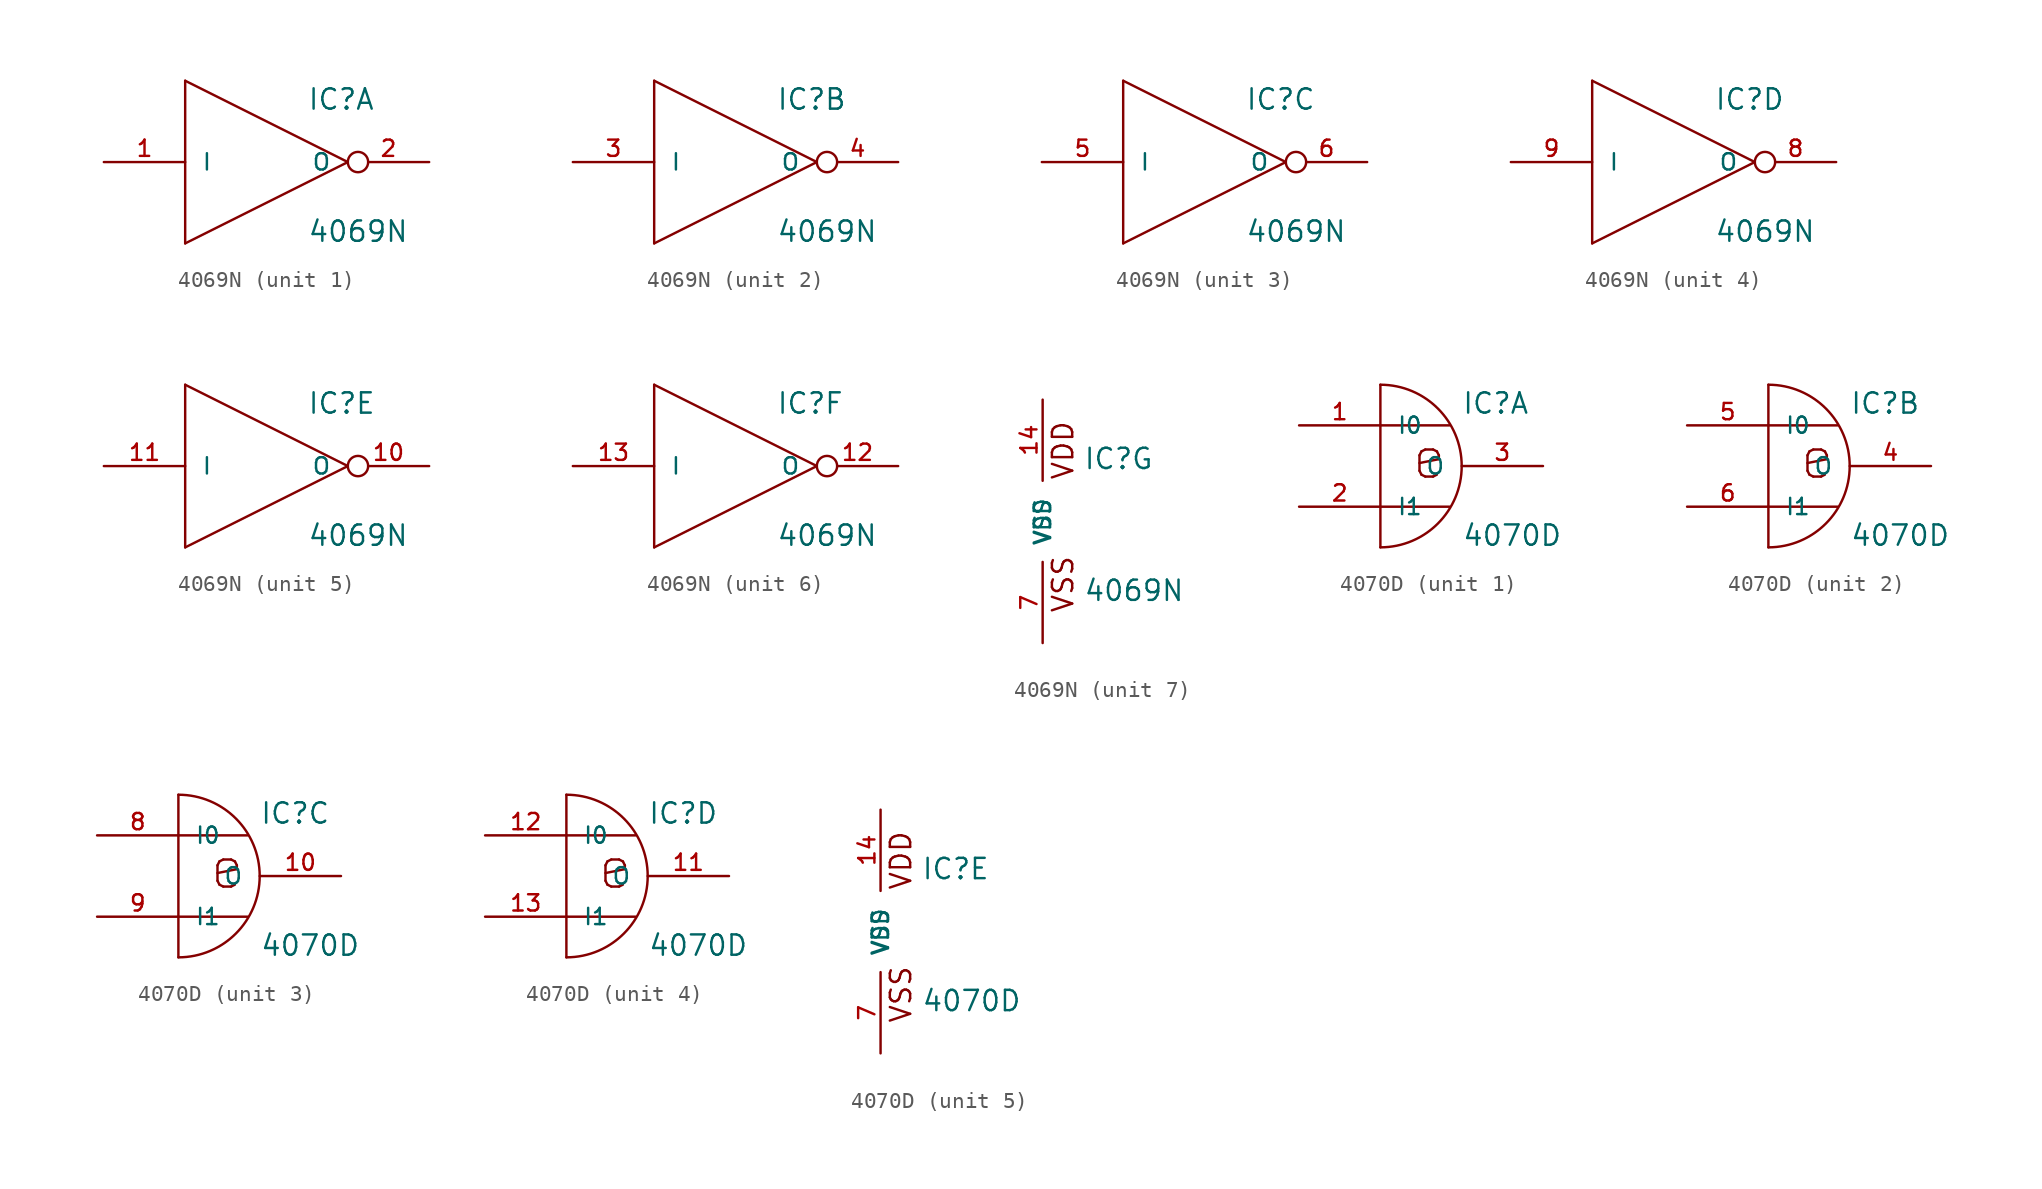
<source format=kicad_sym>
(kicad_symbol_lib
  (version 20211014)
  (generator kicad_symbol_editor)
  (symbol "4069N"
    (pin_names
      (offset 1.016))
    (property "Reference" "IC"
      (at 2.54 3.175 0)
      (effects (font (size 1.27 1.27)) (justify left bottom)))
    (property "Value" "4069N"
      (at 2.54 -5.08 0)
      (effects (font (size 1.27 1.27)) (justify left bottom)))
    (property "ki_locked" ""
      (at 0 0 0)
      (effects (font (size 1.27 1.27))))
    (symbol "4069N_1_0"
      (polyline (pts (xy -5.08 -5.08) (xy 5.08 0)) (stroke (width 0) (type default) (color 0 0 0 0)) (fill (type none)))
      (polyline (pts (xy -5.08 5.08) (xy -5.08 -5.08)) (stroke (width 0) (type default) (color 0 0 0 0)) (fill (type none)))
      (polyline (pts (xy 5.08 0) (xy -5.08 5.08)) (stroke (width 0) (type default) (color 0 0 0 0)) (fill (type none))))
    (symbol "4069N_1_1"
      (pin input line (at -10.16 0 0) (length 5.08) (name "I" (effects (font (size 1.016 1.016)))) (number "1" (effects (font (size 1.016 1.016)))))
      (pin output inverted (at 10.16 0 180) (length 5.08) (name "O" (effects (font (size 1.016 1.016)))) (number "2" (effects (font (size 1.016 1.016))))))
    (symbol "4069N_2_0"
      (polyline (pts (xy -5.08 -5.08) (xy 5.08 0)) (stroke (width 0) (type default) (color 0 0 0 0)) (fill (type none)))
      (polyline (pts (xy -5.08 5.08) (xy -5.08 -5.08)) (stroke (width 0) (type default) (color 0 0 0 0)) (fill (type none)))
      (polyline (pts (xy 5.08 0) (xy -5.08 5.08)) (stroke (width 0) (type default) (color 0 0 0 0)) (fill (type none))))
    (symbol "4069N_2_1"
      (pin input line (at -10.16 0 0) (length 5.08) (name "I" (effects (font (size 1.016 1.016)))) (number "3" (effects (font (size 1.016 1.016)))))
      (pin output inverted (at 10.16 0 180) (length 5.08) (name "O" (effects (font (size 1.016 1.016)))) (number "4" (effects (font (size 1.016 1.016))))))
    (symbol "4069N_3_0"
      (polyline (pts (xy -5.08 -5.08) (xy 5.08 0)) (stroke (width 0) (type default) (color 0 0 0 0)) (fill (type none)))
      (polyline (pts (xy -5.08 5.08) (xy -5.08 -5.08)) (stroke (width 0) (type default) (color 0 0 0 0)) (fill (type none)))
      (polyline (pts (xy 5.08 0) (xy -5.08 5.08)) (stroke (width 0) (type default) (color 0 0 0 0)) (fill (type none))))
    (symbol "4069N_3_1"
      (pin input line (at -10.16 0 0) (length 5.08) (name "I" (effects (font (size 1.016 1.016)))) (number "5" (effects (font (size 1.016 1.016)))))
      (pin output inverted (at 10.16 0 180) (length 5.08) (name "O" (effects (font (size 1.016 1.016)))) (number "6" (effects (font (size 1.016 1.016))))))
    (symbol "4069N_4_0"
      (polyline (pts (xy -5.08 -5.08) (xy 5.08 0)) (stroke (width 0) (type default) (color 0 0 0 0)) (fill (type none)))
      (polyline (pts (xy -5.08 5.08) (xy -5.08 -5.08)) (stroke (width 0) (type default) (color 0 0 0 0)) (fill (type none)))
      (polyline (pts (xy 5.08 0) (xy -5.08 5.08)) (stroke (width 0) (type default) (color 0 0 0 0)) (fill (type none))))
    (symbol "4069N_4_1"
      (pin output inverted (at 10.16 0 180) (length 5.08) (name "O" (effects (font (size 1.016 1.016)))) (number "8" (effects (font (size 1.016 1.016)))))
      (pin input line (at -10.16 0 0) (length 5.08) (name "I" (effects (font (size 1.016 1.016)))) (number "9" (effects (font (size 1.016 1.016))))))
    (symbol "4069N_5_0"
      (polyline (pts (xy -5.08 -5.08) (xy 5.08 0)) (stroke (width 0) (type default) (color 0 0 0 0)) (fill (type none)))
      (polyline (pts (xy -5.08 5.08) (xy -5.08 -5.08)) (stroke (width 0) (type default) (color 0 0 0 0)) (fill (type none)))
      (polyline (pts (xy 5.08 0) (xy -5.08 5.08)) (stroke (width 0) (type default) (color 0 0 0 0)) (fill (type none))))
    (symbol "4069N_5_1"
      (pin output inverted (at 10.16 0 180) (length 5.08) (name "O" (effects (font (size 1.016 1.016)))) (number "10" (effects (font (size 1.016 1.016)))))
      (pin input line (at -10.16 0 0) (length 5.08) (name "I" (effects (font (size 1.016 1.016)))) (number "11" (effects (font (size 1.016 1.016))))))
    (symbol "4069N_6_0"
      (polyline (pts (xy -5.08 -5.08) (xy 5.08 0)) (stroke (width 0) (type default) (color 0 0 0 0)) (fill (type none)))
      (polyline (pts (xy -5.08 5.08) (xy -5.08 -5.08)) (stroke (width 0) (type default) (color 0 0 0 0)) (fill (type none)))
      (polyline (pts (xy 5.08 0) (xy -5.08 5.08)) (stroke (width 0) (type default) (color 0 0 0 0)) (fill (type none))))
    (symbol "4069N_6_1"
      (pin output inverted (at 10.16 0 180) (length 5.08) (name "O" (effects (font (size 1.016 1.016)))) (number "12" (effects (font (size 1.016 1.016)))))
      (pin input line (at -10.16 0 0) (length 5.08) (name "I" (effects (font (size 1.016 1.016)))) (number "13" (effects (font (size 1.016 1.016))))))
    (symbol "4069N_7_0"
      (text "VDD" (at 1.27 4.445 1) (effects (font (size 1.27 1.27))))
      (text "VSS" (at 1.27 -3.937 1) (effects (font (size 1.27 1.27)))))
    (symbol "4069N_7_1"
      (pin power_in line (at 0 7.62 270) (length 5.08) (name "VDD" (effects (font (size 1.016 1.016)))) (number "14" (effects (font (size 1.016 1.016)))))
      (pin power_in line (at 0 -7.62 90) (length 5.08) (name "VSS" (effects (font (size 1.016 1.016)))) (number "7" (effects (font (size 1.016 1.016)))))))
  (symbol "4070D"
    (pin_names
      (offset 1.016))
    (property "Reference" "IC"
      (at 2.54 3.175 0)
      (effects (font (size 1.27 1.27)) (justify left bottom)))
    (property "Value" "4070D"
      (at 2.54 -5.08 0)
      (effects (font (size 1.27 1.27)) (justify left bottom)))
    (property "ki_locked" ""
      (at 0 0 0)
      (effects (font (size 1.27 1.27))))
    (symbol "4070D_1_0"
      (polyline (pts (xy -2.54 5.08) (xy -2.54 -5.08)) (stroke (width 0) (type default) (color 0 0 0 0)) (fill (type none)))
      (polyline (pts (xy 1.778 -2.54) (xy -2.54 -2.54)) (stroke (width 0) (type default) (color 0 0 0 0)) (fill (type none)))
      (polyline (pts (xy 1.778 2.54) (xy -2.54 2.54)) (stroke (width 0) (type default) (color 0 0 0 0)) (fill (type none)))
      (text "e" (at 0.508 0.508 0) (effects (font (size 2.54 2.54)))))
    (symbol "4070D_1_1"
      (arc (start -2.54 -5.08) (mid 2.54 0) (end -2.54 5.08) (stroke (width 0) (type default) (color 0 0 0 0)) (fill (type none)))
      (pin input line (at -7.62 2.54 0) (length 5.08) (name "I0" (effects (font (size 1.016 1.016)))) (number "1" (effects (font (size 1.016 1.016)))))
      (pin input line (at -7.62 -2.54 0) (length 5.08) (name "I1" (effects (font (size 1.016 1.016)))) (number "2" (effects (font (size 1.016 1.016)))))
      (pin output line (at 7.62 0 180) (length 5.08) (name "O" (effects (font (size 1.016 1.016)))) (number "3" (effects (font (size 1.016 1.016))))))
    (symbol "4070D_2_0"
      (polyline (pts (xy -2.54 5.08) (xy -2.54 -5.08)) (stroke (width 0) (type default) (color 0 0 0 0)) (fill (type none)))
      (polyline (pts (xy 1.778 -2.54) (xy -2.54 -2.54)) (stroke (width 0) (type default) (color 0 0 0 0)) (fill (type none)))
      (polyline (pts (xy 1.778 2.54) (xy -2.54 2.54)) (stroke (width 0) (type default) (color 0 0 0 0)) (fill (type none)))
      (text "e" (at 0.508 0.508 0) (effects (font (size 2.54 2.54)))))
    (symbol "4070D_2_1"
      (arc (start -2.54 -5.08) (mid 2.54 0) (end -2.54 5.08) (stroke (width 0) (type default) (color 0 0 0 0)) (fill (type none)))
      (pin output line (at 7.62 0 180) (length 5.08) (name "O" (effects (font (size 1.016 1.016)))) (number "4" (effects (font (size 1.016 1.016)))))
      (pin input line (at -7.62 2.54 0) (length 5.08) (name "I0" (effects (font (size 1.016 1.016)))) (number "5" (effects (font (size 1.016 1.016)))))
      (pin input line (at -7.62 -2.54 0) (length 5.08) (name "I1" (effects (font (size 1.016 1.016)))) (number "6" (effects (font (size 1.016 1.016))))))
    (symbol "4070D_3_0"
      (polyline (pts (xy -2.54 5.08) (xy -2.54 -5.08)) (stroke (width 0) (type default) (color 0 0 0 0)) (fill (type none)))
      (polyline (pts (xy 1.778 -2.54) (xy -2.54 -2.54)) (stroke (width 0) (type default) (color 0 0 0 0)) (fill (type none)))
      (polyline (pts (xy 1.778 2.54) (xy -2.54 2.54)) (stroke (width 0) (type default) (color 0 0 0 0)) (fill (type none)))
      (text "e" (at 0.508 0.508 0) (effects (font (size 2.54 2.54)))))
    (symbol "4070D_3_1"
      (arc (start -2.54 -5.08) (mid 2.54 0) (end -2.54 5.08) (stroke (width 0) (type default) (color 0 0 0 0)) (fill (type none)))
      (pin output line (at 7.62 0 180) (length 5.08) (name "O" (effects (font (size 1.016 1.016)))) (number "10" (effects (font (size 1.016 1.016)))))
      (pin input line (at -7.62 2.54 0) (length 5.08) (name "I0" (effects (font (size 1.016 1.016)))) (number "8" (effects (font (size 1.016 1.016)))))
      (pin input line (at -7.62 -2.54 0) (length 5.08) (name "I1" (effects (font (size 1.016 1.016)))) (number "9" (effects (font (size 1.016 1.016))))))
    (symbol "4070D_4_0"
      (polyline (pts (xy -2.54 5.08) (xy -2.54 -5.08)) (stroke (width 0) (type default) (color 0 0 0 0)) (fill (type none)))
      (polyline (pts (xy 1.778 -2.54) (xy -2.54 -2.54)) (stroke (width 0) (type default) (color 0 0 0 0)) (fill (type none)))
      (polyline (pts (xy 1.778 2.54) (xy -2.54 2.54)) (stroke (width 0) (type default) (color 0 0 0 0)) (fill (type none)))
      (text "e" (at 0.508 0.508 0) (effects (font (size 2.54 2.54)))))
    (symbol "4070D_4_1"
      (arc (start -2.54 -5.08) (mid 2.54 0) (end -2.54 5.08) (stroke (width 0) (type default) (color 0 0 0 0)) (fill (type none)))
      (pin output line (at 7.62 0 180) (length 5.08) (name "O" (effects (font (size 1.016 1.016)))) (number "11" (effects (font (size 1.016 1.016)))))
      (pin input line (at -7.62 2.54 0) (length 5.08) (name "I0" (effects (font (size 1.016 1.016)))) (number "12" (effects (font (size 1.016 1.016)))))
      (pin input line (at -7.62 -2.54 0) (length 5.08) (name "I1" (effects (font (size 1.016 1.016)))) (number "13" (effects (font (size 1.016 1.016))))))
    (symbol "4070D_5_0"
      (text "VDD" (at 1.27 4.445 1) (effects (font (size 1.27 1.27))))
      (text "VSS" (at 1.27 -3.937 1) (effects (font (size 1.27 1.27)))))
    (symbol "4070D_5_1"
      (pin power_in line (at 0 7.62 270) (length 5.08) (name "VDD" (effects (font (size 1.016 1.016)))) (number "14" (effects (font (size 1.016 1.016)))))
      (pin power_in line (at 0 -7.62 90) (length 5.08) (name "VSS" (effects (font (size 1.016 1.016)))) (number "7" (effects (font (size 1.016 1.016))))))))
</source>
